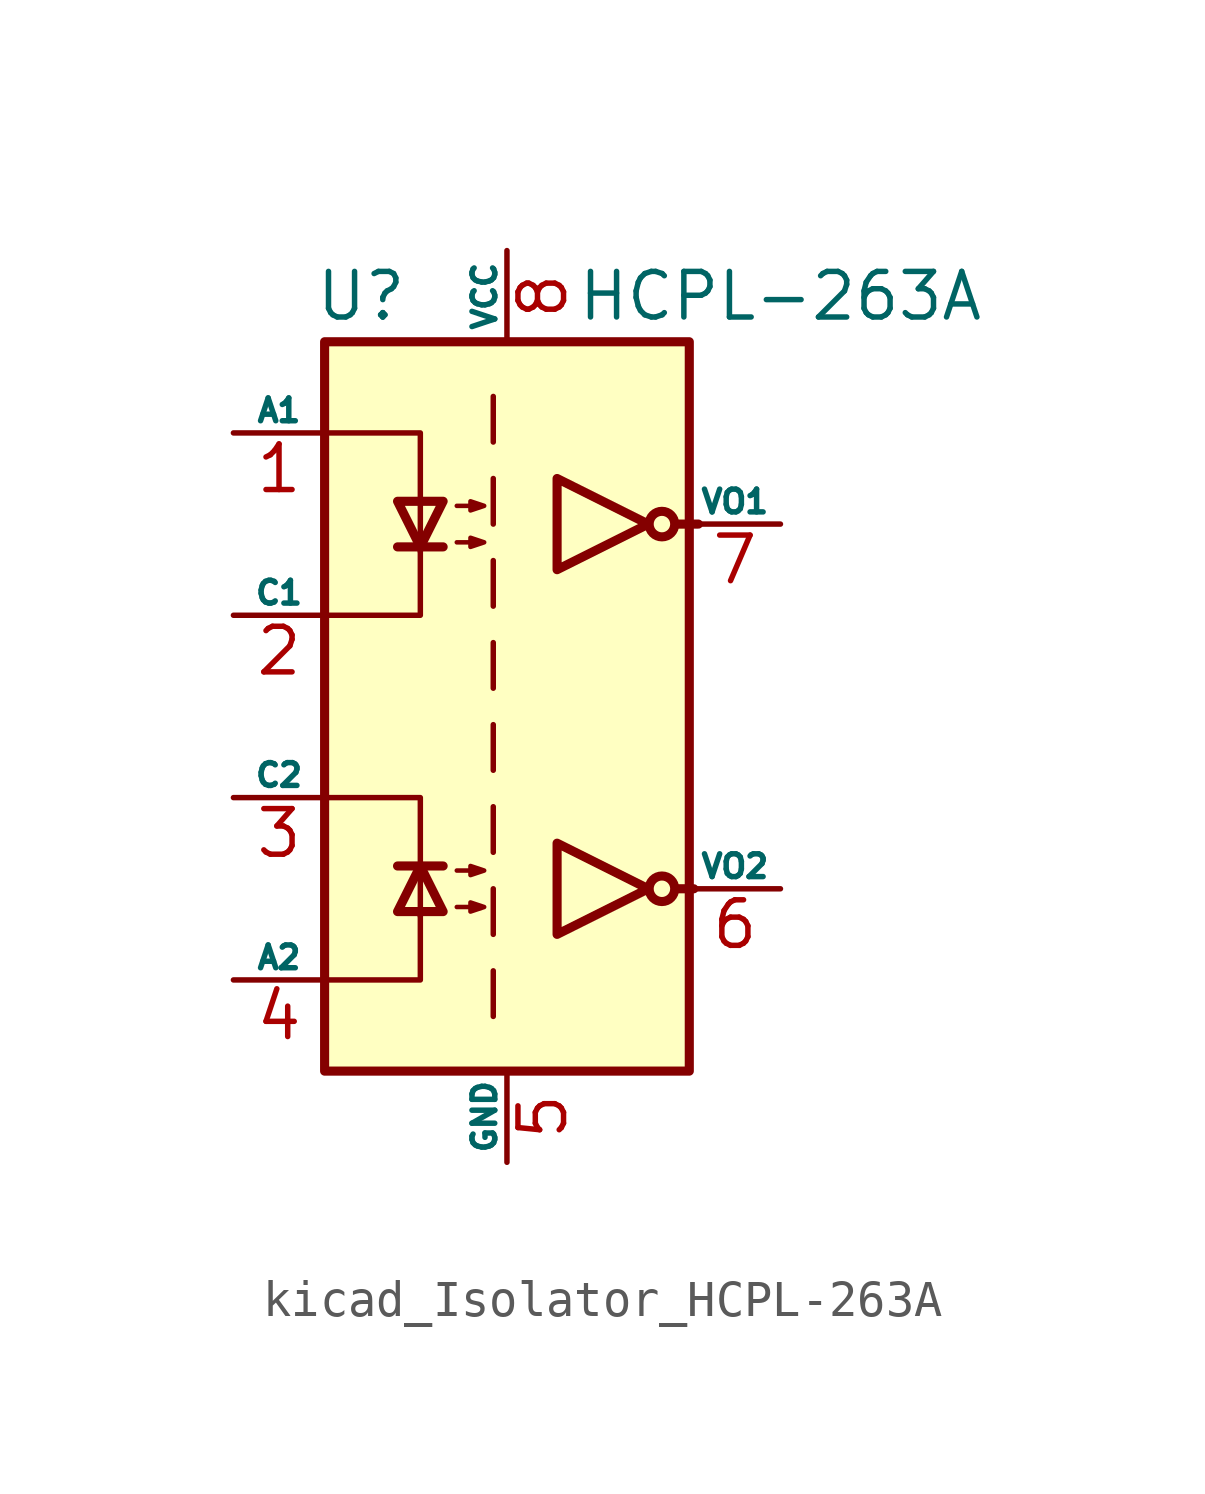
<source format=kicad_sym>
(kicad_symbol_lib
  (version 20220914)
  (generator kicad_symbol_editor)
  (symbol "kicad_Isolator_HCPL-263A"
    (pin_names
      (offset 0))
    (property "Reference" "U"
      (at -4.064 11.43 0)
      (effects (font (size 1.27 1.27))))
    (property "Value" "HCPL-263A"
      (at 7.62 11.43 0)
      (effects (font (size 1.27 1.27))))
    (symbol "kicad_Isolator_HCPL-263A_1_1"
      (rectangle (start -5.08 10.16) (end 5.08 -10.16) (stroke (width 0.254) (type default)) (fill (type background)))
      (polyline (pts (xy -3.048 -4.445) (xy -1.778 -4.445)) (stroke (width 0.254) (type default)) (fill (type none)))
      (polyline (pts (xy -3.048 4.445) (xy -1.778 4.445)) (stroke (width 0.254) (type default)) (fill (type none)))
      (polyline (pts (xy -0.381 -7.366) (xy -0.381 -8.636)) (stroke (width 0) (type default)) (fill (type none)))
      (polyline (pts (xy -0.381 -5.08) (xy -0.381 -6.35)) (stroke (width 0) (type default)) (fill (type none)))
      (polyline (pts (xy -0.381 -2.794) (xy -0.381 -4.064)) (stroke (width 0) (type default)) (fill (type none)))
      (polyline (pts (xy -0.381 -0.508) (xy -0.381 -1.778)) (stroke (width 0) (type default)) (fill (type none)))
      (polyline (pts (xy -0.381 1.778) (xy -0.381 0.508)) (stroke (width 0) (type default)) (fill (type none)))
      (polyline (pts (xy -0.381 4.064) (xy -0.381 2.794)) (stroke (width 0) (type default)) (fill (type none)))
      (polyline (pts (xy -0.381 6.35) (xy -0.381 5.08)) (stroke (width 0) (type default)) (fill (type none)))
      (polyline (pts (xy -0.381 8.636) (xy -0.381 7.366)) (stroke (width 0) (type default)) (fill (type none)))
      (polyline (pts (xy 4.699 -5.08) (xy 5.207 -5.08)) (stroke (width 0.254) (type default)) (fill (type none)))
      (polyline (pts (xy 4.699 5.08) (xy 5.334 5.08)) (stroke (width 0.254) (type default)) (fill (type none)))
      (polyline (pts (xy -4.953 -7.62) (xy -2.413 -7.62) (xy -2.413 -5.715)) (stroke (width 0) (type default)) (fill (type none)))
      (polyline (pts (xy -4.953 7.62) (xy -2.413 7.62) (xy -2.413 4.318)) (stroke (width 0) (type default)) (fill (type none)))
      (polyline (pts (xy -2.413 -5.842) (xy -2.413 -2.54) (xy -4.953 -2.54)) (stroke (width 0) (type default)) (fill (type none)))
      (polyline (pts (xy -2.413 4.445) (xy -2.413 2.54) (xy -4.953 2.54)) (stroke (width 0) (type default)) (fill (type none)))
      (polyline (pts (xy -2.413 -4.445) (xy -3.048 -5.715) (xy -1.778 -5.715) (xy -2.413 -4.445)) (stroke (width 0.254) (type default)) (fill (type none)))
      (polyline (pts (xy -2.413 4.445) (xy -3.048 5.715) (xy -1.778 5.715) (xy -2.413 4.445)) (stroke (width 0.254) (type default)) (fill (type none)))
      (polyline (pts (xy 3.937 -5.08) (xy 1.397 -3.81) (xy 1.397 -6.35) (xy 3.937 -5.08)) (stroke (width 0.254) (type default)) (fill (type none)))
      (polyline (pts (xy 3.937 5.08) (xy 1.397 6.35) (xy 1.397 3.81) (xy 3.937 5.08)) (stroke (width 0.254) (type default)) (fill (type none)))
      (polyline (pts (xy -1.397 -5.588) (xy -0.635 -5.588) (xy -1.016 -5.715) (xy -1.016 -5.461) (xy -0.635 -5.588)) (stroke (width 0.127) (type default)) (fill (type none)))
      (polyline (pts (xy -1.397 -4.572) (xy -0.635 -4.572) (xy -1.016 -4.699) (xy -1.016 -4.445) (xy -0.635 -4.572)) (stroke (width 0.127) (type default)) (fill (type none)))
      (polyline (pts (xy -1.397 4.572) (xy -0.635 4.572) (xy -1.016 4.445) (xy -1.016 4.699) (xy -0.635 4.572)) (stroke (width 0.127) (type default)) (fill (type none)))
      (polyline (pts (xy -1.397 5.588) (xy -0.635 5.588) (xy -1.016 5.461) (xy -1.016 5.715) (xy -0.635 5.588)) (stroke (width 0.127) (type default)) (fill (type none)))
      (circle (center 4.318 -5.08) (radius 0.356) (stroke (width 0.254) (type default)) (fill (type none)))
      (circle (center 4.318 5.08) (radius 0.356) (stroke (width 0.254) (type default)) (fill (type none)))
      (pin passive line (at -7.62 7.62 0) (length 2.54) (name "A1" (effects (font (size 0.635 0.635)))) (number "1" (effects (font (size 1.27 1.27)))))
      (pin passive line (at -7.62 2.54 0) (length 2.54) (name "C1" (effects (font (size 0.635 0.635)))) (number "2" (effects (font (size 1.27 1.27)))))
      (pin passive line (at -7.62 -2.54 0) (length 2.54) (name "C2" (effects (font (size 0.635 0.635)))) (number "3" (effects (font (size 1.27 1.27)))))
      (pin passive line (at -7.62 -7.62 0) (length 2.54) (name "A2" (effects (font (size 0.635 0.635)))) (number "4" (effects (font (size 1.27 1.27)))))
      (pin power_in line (at 0 -12.7 90) (length 2.54) (name "GND" (effects (font (size 0.635 0.635)))) (number "5" (effects (font (size 1.27 1.27)))))
      (pin open_collector line (at 7.62 -5.08 180) (length 2.54) (name "VO2" (effects (font (size 0.635 0.635)))) (number "6" (effects (font (size 1.27 1.27)))))
      (pin open_collector line (at 7.62 5.08 180) (length 2.54) (name "VO1" (effects (font (size 0.635 0.635)))) (number "7" (effects (font (size 1.27 1.27)))))
      (pin power_in line (at 0 12.7 270) (length 2.54) (name "VCC" (effects (font (size 0.635 0.635)))) (number "8" (effects (font (size 1.27 1.27))))))))
</source>
